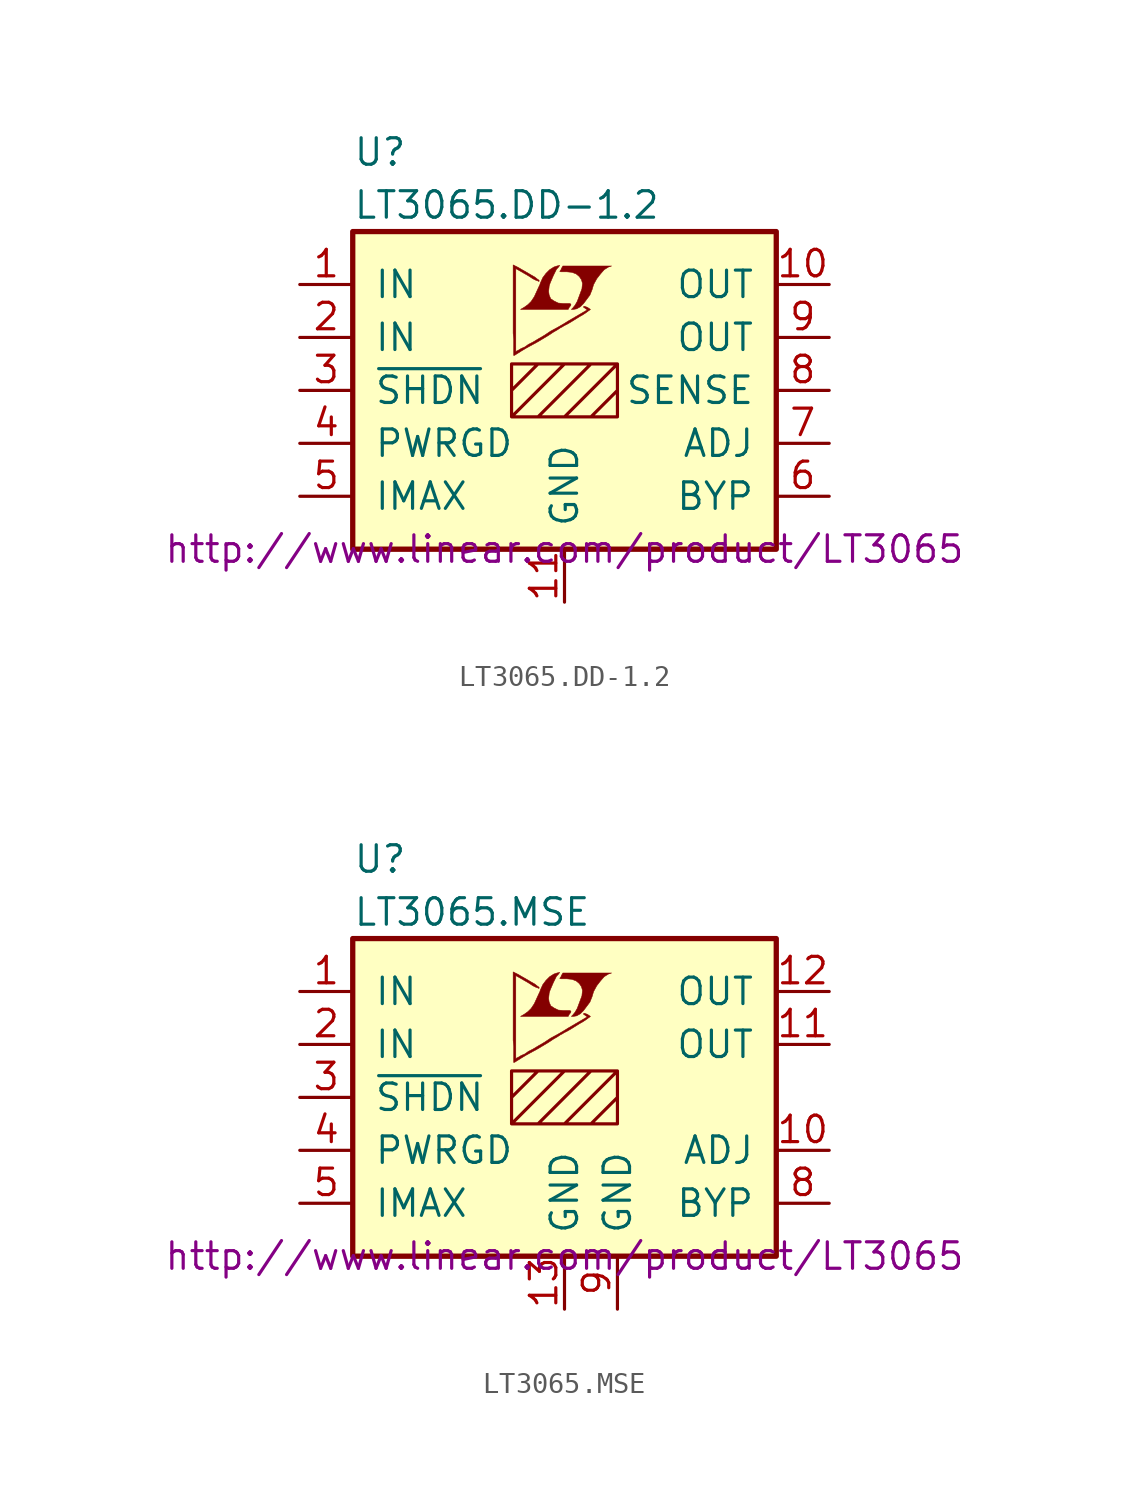
<source format=kicad_sym>
(kicad_symbol_lib
  (version 20201005)
  (generator kicad_symbol_editor)
  (symbol "LT3065.DD-1.2"
    (pin_names
      (offset 1.016))
    (property "Reference" "U"
      (at -10.16 11.43 0)
      (effects (font (size 1.27 1.27)) (justify left)))
    (property "Value" "LT3065.DD-1.2"
      (at -10.16 8.89 0)
      (effects (font (size 1.27 1.27)) (justify left)))
    (property "Datasheet" "http://www.linear.com/product/LT3065"
      (at 0 -7.62 0)
      (effects (font (size 1.27 1.27))))
    (symbol "LT3065.DD-1.2_0_0"
      (polyline (pts (xy 0.584 3.912) (xy 0.762 4.013) (xy 0.914 4.166) (xy 1.219 4.572) (xy 1.321 4.826) (xy 1.397 5.08) (xy 1.549 5.359) (xy 1.727 5.588) (xy 1.905 5.791) (xy 2.108 5.918) (xy 2.261 5.969) (xy -0.076 5.969) (xy -0.152 5.842) (xy -0.152 5.817) (xy -0.203 5.74) (xy -0.229 5.715) (xy -0.178 5.69) (xy 0.102 5.69) (xy 0.356 5.664) (xy 0.559 5.588) (xy 0.711 5.461) (xy 0.813 5.309) (xy 0.864 5.131) (xy 0.838 4.902) (xy 0.838 4.877) (xy 0.61 4.267) (xy 0.508 4.089) (xy 0.406 3.962) (xy 0.33 3.886) (xy 0.432 3.886) (xy 0.584 3.912)) (stroke (width 0.025)) (fill (type outline)))
      (polyline (pts (xy 0.229 3.988) (xy 0.254 4.013) (xy 0.305 4.089) (xy 0.305 4.14) (xy 0.254 4.166) (xy -0.051 4.166) (xy -0.305 4.191) (xy -0.508 4.293) (xy -0.66 4.394) (xy -0.737 4.572) (xy -0.762 4.75) (xy -0.737 4.978) (xy -0.737 5.004) (xy -0.686 5.156) (xy -0.533 5.512) (xy -0.381 5.817) (xy -0.305 5.893) (xy -0.229 5.994) (xy -0.356 5.969) (xy -0.508 5.918) (xy -0.711 5.791) (xy -0.889 5.613) (xy -1.041 5.41) (xy -1.168 5.131) (xy -1.168 5.105) (xy -1.321 4.775) (xy -1.448 4.496) (xy -1.6 4.267) (xy -1.753 4.115) (xy -1.93 3.988) (xy -2.108 3.886) (xy 0.178 3.886) (xy 0.229 3.988)) (stroke (width 0.025)) (fill (type outline)))
      (polyline (pts (xy -2.362 1.702) (xy -2.286 1.753) (xy -2.159 1.829) (xy -2.083 1.88) (xy -1.829 2.032) (xy -1.27 2.337) (xy -0.762 2.642) (xy -0.533 2.794) (xy -0.356 2.896) (xy -0.203 2.997) (xy -0.102 3.048) (xy -0.025 3.099) (xy 0.127 3.175) (xy 0.305 3.277) (xy 0.711 3.531) (xy 0.889 3.632) (xy 1.041 3.734) (xy 1.143 3.81) (xy 1.219 3.861) (xy 1.245 3.886) (xy 1.092 3.988) (xy 0.94 4.039) (xy 0.914 4.013) (xy 0.914 3.988) (xy 0.991 3.937) (xy 1.092 3.861) (xy 0.178 3.327) (xy -0.025 3.2) (xy -0.33 3.023) (xy -0.66 2.845) (xy -0.965 2.642) (xy -1.27 2.464) (xy -1.524 2.311) (xy -1.727 2.21) (xy -1.905 2.083) (xy -2.083 2.007) (xy -2.21 1.93) (xy -2.311 1.88) (xy -2.337 1.854) (xy -2.337 5.842) (xy -1.803 5.537) (xy -1.676 5.461) (xy -1.524 5.359) (xy -1.372 5.283) (xy -1.295 5.258) (xy -1.245 5.232) (xy -1.219 5.232) (xy -1.219 5.283) (xy -1.295 5.334) (xy -1.422 5.436) (xy -1.6 5.537) (xy -1.727 5.613) (xy -2.083 5.817) (xy -2.21 5.893) (xy -2.464 6.02) (xy -2.464 2.743) (xy -2.438 2.438) (xy -2.438 1.676) (xy -2.413 1.676) (xy -2.362 1.702)) (stroke (width 0.025)) (fill (type outline))))
    (symbol "LT3065.DD-1.2_0_1"
      (rectangle (start -10.16 7.62) (end 10.16 -7.62) (stroke (width 0.254)) (fill (type background)))
      (polyline (pts (xy -2.54 0) (xy -1.27 1.27) (xy 0 1.27) (xy -2.54 -1.27) (xy -1.27 -1.27) (xy 1.27 1.27) (xy 2.54 1.27) (xy 0 -1.27) (xy 1.27 -1.27) (xy 2.54 0) (xy 2.54 -1.27) (xy -2.54 -1.27) (xy -2.54 1.27) (xy 2.54 1.27) (xy 2.54 -1.27)) (stroke (width 0)) (fill (type none))))
    (symbol "LT3065.DD-1.2_1_1"
      (pin power_in line (at -12.7 5.08 0) (length 2.54) (name "IN" (effects (font (size 1.27 1.27)))) (number "1" (effects (font (size 1.27 1.27)))))
      (pin power_out line (at 12.7 5.08 180) (length 2.54) (name "OUT" (effects (font (size 1.27 1.27)))) (number "10" (effects (font (size 1.27 1.27)))))
      (pin power_in line (at 0 -10.16 90) (length 2.54) (name "GND" (effects (font (size 1.27 1.27)))) (number "11" (effects (font (size 1.27 1.27)))))
      (pin power_in line (at -12.7 2.54 0) (length 2.54) (name "IN" (effects (font (size 1.27 1.27)))) (number "2" (effects (font (size 1.27 1.27)))))
      (pin input line (at -12.7 0 0) (length 2.54) (name "~SHDN~" (effects (font (size 1.27 1.27)))) (number "3" (effects (font (size 1.27 1.27)))))
      (pin open_collector line (at -12.7 -2.54 0) (length 2.54) (name "PWRGD" (effects (font (size 1.27 1.27)))) (number "4" (effects (font (size 1.27 1.27)))))
      (pin passive line (at -12.7 -5.08 0) (length 2.54) (name "IMAX" (effects (font (size 1.27 1.27)))) (number "5" (effects (font (size 1.27 1.27)))))
      (pin passive line (at 12.7 -5.08 180) (length 2.54) (name "BYP" (effects (font (size 1.27 1.27)))) (number "6" (effects (font (size 1.27 1.27)))))
      (pin passive line (at 12.7 -2.54 180) (length 2.54) (name "ADJ" (effects (font (size 1.27 1.27)))) (number "7" (effects (font (size 1.27 1.27)))))
      (pin passive line (at 12.7 0 180) (length 2.54) (name "SENSE" (effects (font (size 1.27 1.27)))) (number "8" (effects (font (size 1.27 1.27)))))
      (pin power_out line (at 12.7 2.54 180) (length 2.54) (name "OUT" (effects (font (size 1.27 1.27)))) (number "9" (effects (font (size 1.27 1.27)))))))
  (symbol "LT3065.MSE"
    (pin_names
      (offset 1.016))
    (property "Reference" "U"
      (at -10.16 11.43 0)
      (effects (font (size 1.27 1.27)) (justify left)))
    (property "Value" "LT3065.MSE"
      (at -10.16 8.89 0)
      (effects (font (size 1.27 1.27)) (justify left)))
    (property "Datasheet" "http://www.linear.com/product/LT3065"
      (at 0 -7.62 0)
      (effects (font (size 1.27 1.27))))
    (symbol "LT3065.MSE_0_0"
      (polyline (pts (xy 0.584 3.912) (xy 0.762 4.013) (xy 0.914 4.166) (xy 1.219 4.572) (xy 1.321 4.826) (xy 1.397 5.08) (xy 1.549 5.359) (xy 1.727 5.588) (xy 1.905 5.791) (xy 2.108 5.918) (xy 2.261 5.969) (xy -0.076 5.969) (xy -0.152 5.842) (xy -0.152 5.817) (xy -0.203 5.74) (xy -0.229 5.715) (xy -0.178 5.69) (xy 0.102 5.69) (xy 0.356 5.664) (xy 0.559 5.588) (xy 0.711 5.461) (xy 0.813 5.309) (xy 0.864 5.131) (xy 0.838 4.902) (xy 0.838 4.877) (xy 0.61 4.267) (xy 0.508 4.089) (xy 0.406 3.962) (xy 0.33 3.886) (xy 0.432 3.886) (xy 0.584 3.912)) (stroke (width 0.025)) (fill (type outline)))
      (polyline (pts (xy 0.229 3.988) (xy 0.254 4.013) (xy 0.305 4.089) (xy 0.305 4.14) (xy 0.254 4.166) (xy -0.051 4.166) (xy -0.305 4.191) (xy -0.508 4.293) (xy -0.66 4.394) (xy -0.737 4.572) (xy -0.762 4.75) (xy -0.737 4.978) (xy -0.737 5.004) (xy -0.686 5.156) (xy -0.533 5.512) (xy -0.381 5.817) (xy -0.305 5.893) (xy -0.229 5.994) (xy -0.356 5.969) (xy -0.508 5.918) (xy -0.711 5.791) (xy -0.889 5.613) (xy -1.041 5.41) (xy -1.168 5.131) (xy -1.168 5.105) (xy -1.321 4.775) (xy -1.448 4.496) (xy -1.6 4.267) (xy -1.753 4.115) (xy -1.93 3.988) (xy -2.108 3.886) (xy 0.178 3.886) (xy 0.229 3.988)) (stroke (width 0.025)) (fill (type outline)))
      (polyline (pts (xy -2.362 1.702) (xy -2.286 1.753) (xy -2.159 1.829) (xy -2.083 1.88) (xy -1.829 2.032) (xy -1.27 2.337) (xy -0.762 2.642) (xy -0.533 2.794) (xy -0.356 2.896) (xy -0.203 2.997) (xy -0.102 3.048) (xy -0.025 3.099) (xy 0.127 3.175) (xy 0.305 3.277) (xy 0.711 3.531) (xy 0.889 3.632) (xy 1.041 3.734) (xy 1.143 3.81) (xy 1.219 3.861) (xy 1.245 3.886) (xy 1.092 3.988) (xy 0.94 4.039) (xy 0.914 4.013) (xy 0.914 3.988) (xy 0.991 3.937) (xy 1.092 3.861) (xy 0.178 3.327) (xy -0.025 3.2) (xy -0.33 3.023) (xy -0.66 2.845) (xy -0.965 2.642) (xy -1.27 2.464) (xy -1.524 2.311) (xy -1.727 2.21) (xy -1.905 2.083) (xy -2.083 2.007) (xy -2.21 1.93) (xy -2.311 1.88) (xy -2.337 1.854) (xy -2.337 5.842) (xy -1.803 5.537) (xy -1.676 5.461) (xy -1.524 5.359) (xy -1.372 5.283) (xy -1.295 5.258) (xy -1.245 5.232) (xy -1.219 5.232) (xy -1.219 5.283) (xy -1.295 5.334) (xy -1.422 5.436) (xy -1.6 5.537) (xy -1.727 5.613) (xy -2.083 5.817) (xy -2.21 5.893) (xy -2.464 6.02) (xy -2.464 2.743) (xy -2.438 2.438) (xy -2.438 1.676) (xy -2.413 1.676) (xy -2.362 1.702)) (stroke (width 0.025)) (fill (type outline))))
    (symbol "LT3065.MSE_0_1"
      (rectangle (start -10.16 7.62) (end 10.16 -7.62) (stroke (width 0.254)) (fill (type background)))
      (polyline (pts (xy -2.54 0) (xy -1.27 1.27) (xy 0 1.27) (xy -2.54 -1.27) (xy -1.27 -1.27) (xy 1.27 1.27) (xy 2.54 1.27) (xy 0 -1.27) (xy 1.27 -1.27) (xy 2.54 0) (xy 2.54 -1.27) (xy -2.54 -1.27) (xy -2.54 1.27) (xy 2.54 1.27) (xy 2.54 -1.27)) (stroke (width 0)) (fill (type none))))
    (symbol "LT3065.MSE_1_1"
      (pin power_in line (at -12.7 5.08 0) (length 2.54) (name "IN" (effects (font (size 1.27 1.27)))) (number "1" (effects (font (size 1.27 1.27)))))
      (pin passive line (at 12.7 -2.54 180) (length 2.54) (name "ADJ" (effects (font (size 1.27 1.27)))) (number "10" (effects (font (size 1.27 1.27)))))
      (pin power_out line (at 12.7 2.54 180) (length 2.54) (name "OUT" (effects (font (size 1.27 1.27)))) (number "11" (effects (font (size 1.27 1.27)))))
      (pin power_out line (at 12.7 5.08 180) (length 2.54) (name "OUT" (effects (font (size 1.27 1.27)))) (number "12" (effects (font (size 1.27 1.27)))))
      (pin power_in line (at 0 -10.16 90) (length 2.54) (name "GND" (effects (font (size 1.27 1.27)))) (number "13" (effects (font (size 1.27 1.27)))))
      (pin power_in line (at -12.7 2.54 0) (length 2.54) (name "IN" (effects (font (size 1.27 1.27)))) (number "2" (effects (font (size 1.27 1.27)))))
      (pin input line (at -12.7 0 0) (length 2.54) (name "~SHDN~" (effects (font (size 1.27 1.27)))) (number "3" (effects (font (size 1.27 1.27)))))
      (pin open_collector line (at -12.7 -2.54 0) (length 2.54) (name "PWRGD" (effects (font (size 1.27 1.27)))) (number "4" (effects (font (size 1.27 1.27)))))
      (pin passive line (at -12.7 -5.08 0) (length 2.54) (name "IMAX" (effects (font (size 1.27 1.27)))) (number "5" (effects (font (size 1.27 1.27)))))
      (pin unconnected line (at 2.54 10.16 270) (length 2.54) hide (name "NC" (effects (font (size 1.27 1.27)))) (number "6" (effects (font (size 1.27 1.27)))))
      (pin unconnected line (at 5.08 10.16 270) (length 2.54) hide (name "NC" (effects (font (size 1.27 1.27)))) (number "7" (effects (font (size 1.27 1.27)))))
      (pin passive line (at 12.7 -5.08 180) (length 2.54) (name "BYP" (effects (font (size 1.27 1.27)))) (number "8" (effects (font (size 1.27 1.27)))))
      (pin power_in line (at 2.54 -10.16 90) (length 2.54) (name "GND" (effects (font (size 1.27 1.27)))) (number "9" (effects (font (size 1.27 1.27))))))))
</source>
